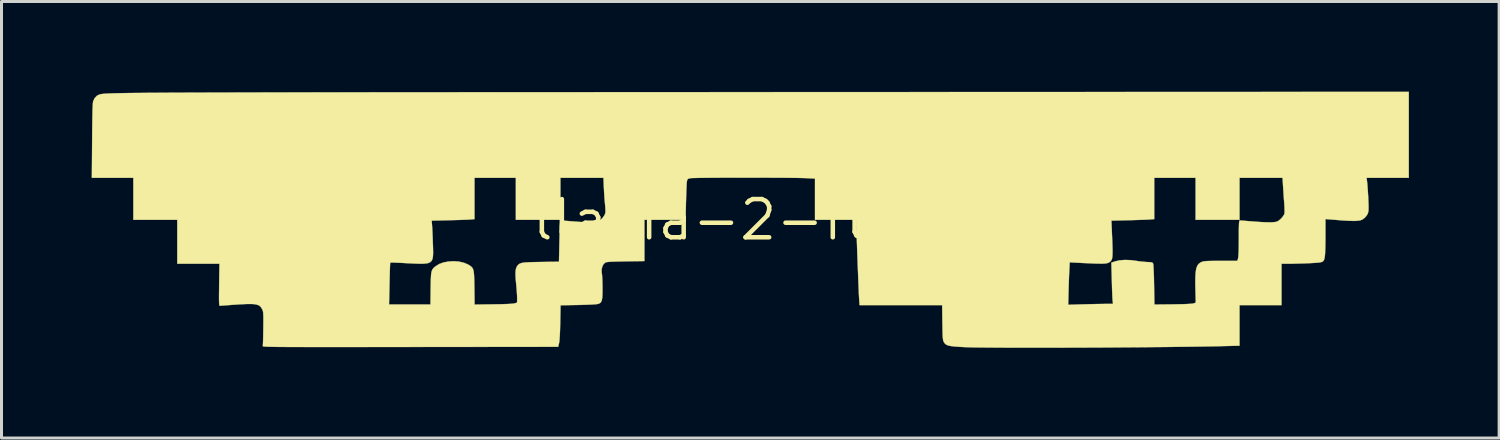
<source format=kicad_pcb>
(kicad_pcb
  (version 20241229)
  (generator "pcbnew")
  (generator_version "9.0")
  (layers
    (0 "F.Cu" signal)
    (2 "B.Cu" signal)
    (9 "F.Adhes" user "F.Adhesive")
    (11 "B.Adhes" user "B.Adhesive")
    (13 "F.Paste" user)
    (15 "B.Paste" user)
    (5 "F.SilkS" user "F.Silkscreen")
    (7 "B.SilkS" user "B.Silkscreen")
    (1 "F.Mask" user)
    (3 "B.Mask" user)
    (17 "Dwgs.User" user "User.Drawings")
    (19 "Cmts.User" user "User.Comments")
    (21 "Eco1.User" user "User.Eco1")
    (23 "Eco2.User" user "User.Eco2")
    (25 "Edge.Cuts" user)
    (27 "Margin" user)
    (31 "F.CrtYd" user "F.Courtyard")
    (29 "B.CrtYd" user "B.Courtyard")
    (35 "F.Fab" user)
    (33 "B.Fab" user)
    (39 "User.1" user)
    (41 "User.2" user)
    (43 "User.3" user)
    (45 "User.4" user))
  (footprint "llama-2-flaca"
    (layer "F.Cu")
    (at 21.895 4.261)
    (property "Reference" "llama-2-flaca" (at 0 0 0) (layer "F.SilkS") (effects (font (size 1.27 1.27) (thickness 0.15))))
    (attr through_hole)
    (fp_poly (pts (xy 21.907 -1.397) (xy 21.206 -1.397) (xy 20.505 -1.397) (xy 20.517 -1.289) (xy 20.528 -1.186) (xy 20.538 -1.062) (xy 20.547 -0.925) (xy 20.556 -0.783) (xy 20.562 -0.644) (xy 20.567 -0.517) (xy 20.569 -0.409) (xy 20.568 -0.329) (xy 20.565 -0.289) (xy 20.544 -0.208) (xy 20.502 -0.137) (xy 20.465 -0.094) (xy 20.427 -0.056) (xy 20.387 -0.025) (xy 20.341 -0.000404) (xy 20.285 0.018) (xy 20.215 0.029) (xy 20.128 0.035) (xy 20.018 0.035) (xy 19.882 0.03) (xy 19.716 0.02) (xy 19.515 0.004) (xy 19.289 -0.014) (xy 19.135 -0.027) (xy 19.135 0.544) (xy 19.134 0.702) (xy 19.132 0.853) (xy 19.128 0.988) (xy 19.124 1.101) (xy 19.118 1.185) (xy 19.113 1.23) (xy 19.1 1.292) (xy 19.085 1.338) (xy 19.061 1.373) (xy 19.024 1.397) (xy 18.966 1.413) (xy 18.884 1.424) (xy 18.771 1.432) (xy 18.621 1.44) (xy 18.614 1.44) (xy 18.463 1.447) (xy 18.304 1.452) (xy 18.15 1.456) (xy 18.016 1.459) (xy 17.944 1.46) (xy 17.674 1.46) (xy 17.674 2.836) (xy 16.277 2.836) (xy 16.277 4.186) (xy 15.722 4.199) (xy 15.466 4.205) (xy 15.182 4.21) (xy 14.873 4.215) (xy 14.54 4.22) (xy 14.188 4.224) (xy 13.819 4.229) (xy 13.436 4.232) (xy 13.041 4.236) (xy 12.637 4.239) (xy 12.227 4.242) (xy 11.814 4.245) (xy 11.401 4.247) (xy 10.991 4.249) (xy 10.585 4.25) (xy 10.188 4.251) (xy 9.801 4.252) (xy 9.429 4.252) (xy 9.072 4.252) (xy 8.735 4.251) (xy 8.42 4.25) (xy 8.13 4.248) (xy 7.868 4.246) (xy 7.636 4.244) (xy 7.437 4.241) (xy 7.274 4.237) (xy 7.15 4.233) (xy 7.126 4.232) (xy 6.946 4.223) (xy 6.803 4.212) (xy 6.692 4.199) (xy 6.607 4.183) (xy 6.545 4.161) (xy 6.5 4.134) (xy 6.466 4.098) (xy 6.441 4.058) (xy 6.43 4.033) (xy 6.421 3.998) (xy 6.414 3.951) (xy 6.408 3.884) (xy 6.404 3.794) (xy 6.401 3.674) (xy 6.398 3.521) (xy 6.396 3.413) (xy 6.388 2.836) (xy 3.644 2.836) (xy 3.643 2.826) (xy 10.579 2.826) (xy 11.031 2.812) (xy 11.19 2.808) (xy 11.356 2.804) (xy 11.519 2.8) (xy 11.665 2.798) (xy 11.777 2.796) (xy 12.071 2.794) (xy 12.058 2.683) (xy 12.054 2.632) (xy 12.049 2.546) (xy 12.044 2.431) (xy 12.039 2.294) (xy 12.035 2.143) (xy 12.031 1.998) (xy 12.016 1.424) (xy 12.151 1.379) (xy 12.292 1.347) (xy 12.462 1.334) (xy 12.653 1.34) (xy 12.856 1.366) (xy 12.857 1.367) (xy 12.969 1.383) (xy 13.093 1.396) (xy 13.202 1.404) (xy 13.215 1.404) (xy 13.299 1.408) (xy 13.352 1.414) (xy 13.381 1.425) (xy 13.398 1.446) (xy 13.405 1.461) (xy 13.411 1.495) (xy 13.416 1.566) (xy 13.422 1.669) (xy 13.427 1.797) (xy 13.432 1.946) (xy 13.435 2.111) (xy 13.436 2.166) (xy 13.446 2.818) (xy 14.073 2.811) (xy 14.283 2.807) (xy 14.453 2.803) (xy 14.584 2.797) (xy 14.679 2.791) (xy 14.739 2.783) (xy 14.762 2.777) (xy 14.823 2.75) (xy 14.811 2.316) (xy 14.807 2.101) (xy 14.809 1.923) (xy 14.816 1.78) (xy 14.831 1.666) (xy 14.853 1.577) (xy 14.885 1.51) (xy 14.926 1.459) (xy 14.978 1.422) (xy 15.013 1.404) (xy 15.044 1.392) (xy 15.081 1.383) (xy 15.127 1.376) (xy 15.19 1.371) (xy 15.274 1.368) (xy 15.385 1.366) (xy 15.53 1.365) (xy 15.653 1.365) (xy 16.203 1.365) (xy 16.228 1.291) (xy 16.237 1.243) (xy 16.244 1.158) (xy 16.25 1.033) (xy 16.253 0.868) (xy 16.255 0.662) (xy 16.255 0.619) (xy 16.255 0.444) (xy 16.256 0.307) (xy 16.258 0.203) (xy 16.261 0.128) (xy 16.265 0.076) (xy 16.27 0.045) (xy 16.277 0.028) (xy 16.287 0.022) (xy 16.293 0.022) (xy 16.326 0.023) (xy 16.393 0.028) (xy 16.486 0.036) (xy 16.6 0.045) (xy 16.701 0.053) (xy 16.944 0.071) (xy 17.147 0.081) (xy 17.309 0.083) (xy 17.431 0.077) (xy 17.513 0.063) (xy 17.532 0.056) (xy 17.596 0.016) (xy 17.664 -0.045) (xy 17.724 -0.116) (xy 17.765 -0.184) (xy 17.773 -0.206) (xy 17.776 -0.247) (xy 17.776 -0.322) (xy 17.773 -0.42) (xy 17.766 -0.533) (xy 17.763 -0.582) (xy 17.752 -0.721) (xy 17.742 -0.872) (xy 17.732 -1.017) (xy 17.725 -1.138) (xy 17.724 -1.148) (xy 17.71 -1.397) (xy 16.277 -1.397) (xy 16.277 0) (xy 14.817 0) (xy 14.817 -1.397) (xy 13.441 -1.397) (xy 13.441 -0.025) (xy 13.298 -0.013) (xy 13.238 -0.009) (xy 13.143 -0.005) (xy 13.02 -0.000366) (xy 12.878 0.004) (xy 12.723 0.009) (xy 12.586 0.012) (xy 12.017 0.026) (xy 12.035 0.463) (xy 12.044 0.674) (xy 12.05 0.847) (xy 12.054 0.986) (xy 12.054 1.096) (xy 12.052 1.18) (xy 12.046 1.244) (xy 12.038 1.29) (xy 12.026 1.324) (xy 12.016 1.342) (xy 11.982 1.385) (xy 11.94 1.417) (xy 11.885 1.439) (xy 11.81 1.452) (xy 11.709 1.457) (xy 11.576 1.456) (xy 11.472 1.453) (xy 11.33 1.447) (xy 11.179 1.44) (xy 11.034 1.434) (xy 10.911 1.427) (xy 10.877 1.426) (xy 10.631 1.412) (xy 10.618 1.643) (xy 10.614 1.735) (xy 10.608 1.859) (xy 10.603 2.005) (xy 10.598 2.161) (xy 10.593 2.318) (xy 10.592 2.349) (xy 10.579 2.826) (xy 3.643 2.826) (xy 3.632 2.704) (xy 3.629 2.652) (xy 3.624 2.563) (xy 3.618 2.441) (xy 3.612 2.292) (xy 3.604 2.118) (xy 3.597 1.927) (xy 3.589 1.721) (xy 3.58 1.506) (xy 3.572 1.287) (xy 3.564 1.069) (xy 3.557 0.856) (xy 3.55 0.653) (xy 3.544 0.464) (xy 3.543 0.439) (xy 3.53 0) (xy 2.159 0) (xy 2.159 -1.372) (xy 1.9 -1.386) (xy 1.822 -1.389) (xy 1.71 -1.392) (xy 1.567 -1.395) (xy 1.397 -1.397) (xy 1.205 -1.399) (xy 0.992 -1.4) (xy 0.764 -1.401) (xy 0.524 -1.402) (xy 0.276 -1.403) (xy 0.023 -1.403) (xy -0.231 -1.403) (xy -0.481 -1.403) (xy -0.725 -1.402) (xy -0.958 -1.402) (xy -1.176 -1.4) (xy -1.377 -1.399) (xy -1.556 -1.397) (xy -1.709 -1.395) (xy -1.833 -1.392) (xy -1.924 -1.39) (xy -1.978 -1.387) (xy -1.989 -1.385) (xy -2.049 -1.369) (xy -2.08 -1.347) (xy -2.095 -1.306) (xy -2.101 -1.28) (xy -2.106 -1.237) (xy -2.111 -1.158) (xy -2.116 -1.05) (xy -2.121 -0.918) (xy -2.126 -0.77) (xy -2.13 -0.611) (xy -2.131 -0.598) (xy -2.144 0) (xy -3.514 0) (xy -3.514 1.371) (xy -4.133 1.38) (xy -4.334 1.384) (xy -4.495 1.388) (xy -4.62 1.393) (xy -4.712 1.4) (xy -4.773 1.407) (xy -4.807 1.416) (xy -4.808 1.417) (xy -4.869 1.468) (xy -4.913 1.548) (xy -4.936 1.645) (xy -4.936 1.746) (xy -4.931 1.771) (xy -4.924 1.823) (xy -4.918 1.908) (xy -4.913 2.018) (xy -4.909 2.142) (xy -4.908 2.24) (xy -4.908 2.402) (xy -4.912 2.528) (xy -4.921 2.622) (xy -4.936 2.69) (xy -4.959 2.737) (xy -4.991 2.768) (xy -5.034 2.789) (xy -5.052 2.795) (xy -5.099 2.803) (xy -5.185 2.811) (xy -5.304 2.818) (xy -5.453 2.824) (xy -5.627 2.829) (xy -5.718 2.831) (xy -6.303 2.841) (xy -6.314 3.416) (xy -6.319 3.631) (xy -6.326 3.81) (xy -6.335 3.952) (xy -6.345 4.053) (xy -6.354 4.106) (xy -6.383 4.223) (xy -11.3 4.228) (xy -11.838 4.229) (xy -12.336 4.229) (xy -12.795 4.23) (xy -13.216 4.23) (xy -13.601 4.23) (xy -13.952 4.23) (xy -14.27 4.23) (xy -14.557 4.23) (xy -14.814 4.23) (xy -15.043 4.229) (xy -15.246 4.229) (xy -15.424 4.228) (xy -15.579 4.227) (xy -15.712 4.226) (xy -15.825 4.224) (xy -15.92 4.223) (xy -15.998 4.221) (xy -16.06 4.219) (xy -16.109 4.216) (xy -16.146 4.214) (xy -16.173 4.211) (xy -16.19 4.208) (xy -16.2 4.204) (xy -16.205 4.201) (xy -16.205 4.197) (xy -16.205 4.196) (xy -16.202 4.166) (xy -16.198 4.099) (xy -16.195 4.002) (xy -16.192 3.881) (xy -16.19 3.742) (xy -16.188 3.609) (xy -16.186 3.441) (xy -16.186 3.309) (xy -16.186 3.209) (xy -16.189 3.134) (xy -16.193 3.08) (xy -16.2 3.04) (xy -16.209 3.009) (xy -16.221 2.981) (xy -16.224 2.975) (xy -16.269 2.902) (xy -16.322 2.852) (xy -16.391 2.821) (xy -16.424 2.815) (xy -12.007 2.815) (xy -10.629 2.815) (xy -10.622 2.281) (xy -10.619 2.104) (xy -10.616 1.964) (xy -10.61 1.855) (xy -10.602 1.772) (xy -10.588 1.71) (xy -10.569 1.661) (xy -10.544 1.623) (xy -10.51 1.587) (xy -10.466 1.55) (xy -10.462 1.547) (xy -10.341 1.471) (xy -10.193 1.417) (xy -10.027 1.386) (xy -9.852 1.376) (xy -9.68 1.39) (xy -9.517 1.427) (xy -9.376 1.487) (xy -9.357 1.498) (xy -9.306 1.531) (xy -9.266 1.562) (xy -9.235 1.598) (xy -9.212 1.643) (xy -9.195 1.703) (xy -9.184 1.783) (xy -9.177 1.887) (xy -9.173 2.022) (xy -9.17 2.193) (xy -9.169 2.261) (xy -9.162 2.819) (xy -8.523 2.81) (xy -8.313 2.807) (xy -8.142 2.802) (xy -8.01 2.797) (xy -7.912 2.79) (xy -7.847 2.782) (xy -7.816 2.775) (xy -7.747 2.748) (xy -7.747 2.59) (xy -7.749 2.51) (xy -7.756 2.401) (xy -7.765 2.276) (xy -7.777 2.148) (xy -7.78 2.121) (xy -7.796 1.945) (xy -7.802 1.804) (xy -7.797 1.695) (xy -7.781 1.612) (xy -7.754 1.551) (xy -7.742 1.533) (xy -7.713 1.499) (xy -7.682 1.472) (xy -7.643 1.451) (xy -7.593 1.435) (xy -7.525 1.423) (xy -7.436 1.415) (xy -7.319 1.409) (xy -7.171 1.405) (xy -6.987 1.402) (xy -6.951 1.401) (xy -6.355 1.393) (xy -6.34 0.707) (xy -6.335 0.518) (xy -6.331 0.366) (xy -6.327 0.248) (xy -6.323 0.161) (xy -6.318 0.098) (xy -6.312 0.058) (xy -6.305 0.034) (xy -6.297 0.024) (xy -6.289 0.022) (xy -6.258 0.023) (xy -6.191 0.028) (xy -6.098 0.036) (xy -5.986 0.045) (xy -5.884 0.053) (xy -5.657 0.07) (xy -5.468 0.08) (xy -5.316 0.084) (xy -5.197 0.08) (xy -5.109 0.069) (xy -5.049 0.052) (xy -5.045 0.05) (xy -4.972 0.001) (xy -4.901 -0.07) (xy -4.844 -0.15) (xy -4.814 -0.224) (xy -4.813 -0.227) (xy -4.81 -0.277) (xy -4.811 -0.358) (xy -4.818 -0.455) (xy -4.824 -0.525) (xy -4.834 -0.633) (xy -4.845 -0.768) (xy -4.854 -0.913) (xy -4.861 -1.052) (xy -4.862 -1.074) (xy -4.875 -1.397) (xy -6.308 -1.397) (xy -6.308 0) (xy -7.789 0) (xy -7.789 -1.397) (xy -9.165 -1.397) (xy -9.165 -0.025) (xy -9.287 -0.013) (xy -9.34 -0.01) (xy -9.429 -0.005) (xy -9.547 -0.001) (xy -9.685 0.004) (xy -9.839 0.008) (xy -9.999 0.012) (xy -10.589 0.026) (xy -10.576 0.198) (xy -10.571 0.274) (xy -10.565 0.381) (xy -10.559 0.512) (xy -10.554 0.655) (xy -10.549 0.802) (xy -10.548 0.815) (xy -10.543 0.973) (xy -10.541 1.104) (xy -10.546 1.21) (xy -10.56 1.294) (xy -10.588 1.358) (xy -10.633 1.405) (xy -10.699 1.436) (xy -10.789 1.453) (xy -10.906 1.46) (xy -11.055 1.458) (xy -11.238 1.45) (xy -11.46 1.439) (xy -11.499 1.436) (xy -11.634 1.43) (xy -11.754 1.424) (xy -11.853 1.421) (xy -11.925 1.419) (xy -11.963 1.419) (xy -11.968 1.42) (xy -11.97 1.443) (xy -11.973 1.502) (xy -11.977 1.594) (xy -11.981 1.714) (xy -11.985 1.855) (xy -11.989 2.014) (xy -11.991 2.122) (xy -12.007 2.815) (xy -16.424 2.815) (xy -16.487 2.804) (xy -16.568 2.799) (xy -16.649 2.798) (xy -16.761 2.8) (xy -16.895 2.806) (xy -17.04 2.814) (xy -17.181 2.824) (xy -17.313 2.834) (xy -17.431 2.843) (xy -17.528 2.85) (xy -17.599 2.855) (xy -17.635 2.857) (xy -17.638 2.857) (xy -17.646 2.851) (xy -17.652 2.83) (xy -17.656 2.789) (xy -17.659 2.726) (xy -17.661 2.636) (xy -17.661 2.515) (xy -17.659 2.36) (xy -17.657 2.167) (xy -17.657 2.159) (xy -17.647 1.46) (xy -19.05 1.46) (xy -19.05 0) (xy -20.511 0) (xy -20.511 -1.397) (xy -21.89 -1.397) (xy -21.881 -2.63) (xy -21.879 -2.915) (xy -21.876 -3.16) (xy -21.873 -3.367) (xy -21.87 -3.539) (xy -21.866 -3.678) (xy -21.861 -3.786) (xy -21.857 -3.866) (xy -21.851 -3.92) (xy -21.845 -3.948) (xy -21.795 -4.05) (xy -21.72 -4.127) (xy -21.631 -4.17) (xy -21.617 -4.174) (xy -21.601 -4.177) (xy -21.583 -4.181) (xy -21.561 -4.184) (xy -21.536 -4.187) (xy -21.506 -4.19) (xy -21.471 -4.193) (xy -21.43 -4.196) (xy -21.382 -4.199) (xy -21.326 -4.201) (xy -21.261 -4.204) (xy -21.188 -4.206) (xy -21.104 -4.209) (xy -21.01 -4.211) (xy -20.904 -4.213) (xy -20.786 -4.215) (xy -20.655 -4.217) (xy -20.51 -4.219) (xy -20.351 -4.22) (xy -20.176 -4.222) (xy -19.985 -4.224) (xy -19.777 -4.225) (xy -19.552 -4.226) (xy -19.308 -4.228) (xy -19.045 -4.229) (xy -18.762 -4.23) (xy -18.458 -4.231) (xy -18.133 -4.232) (xy -17.786 -4.234) (xy -17.415 -4.234) (xy -17.021 -4.235) (xy -16.602 -4.236) (xy -16.158 -4.237) (xy -15.688 -4.238) (xy -15.191 -4.239) (xy -14.667 -4.239) (xy -14.114 -4.24) (xy -13.532 -4.241) (xy -12.92 -4.241) (xy -12.278 -4.242) (xy -11.604 -4.242) (xy -10.897 -4.243) (xy -10.158 -4.243) (xy -9.385 -4.244) (xy -8.578 -4.244) (xy -7.735 -4.245) (xy -6.856 -4.245) (xy -5.941 -4.245) (xy -4.988 -4.246) (xy -3.996 -4.246) (xy -2.966 -4.247) (xy -1.895 -4.247) (xy -0.784 -4.248) (xy 0.368 -4.248) (xy 0.619 -4.248) (xy 21.907 -4.256) (xy 21.907 -1.397)) (stroke (width 0.01) (type solid)) (fill yes) (layer "F.SilkS")))
  (gr_rect
    (start -3 -3)
    (end 46.807 11.518)
    (stroke (width 0.1) (type default))
    (fill no)
    (layer "Edge.Cuts")))
</source>
